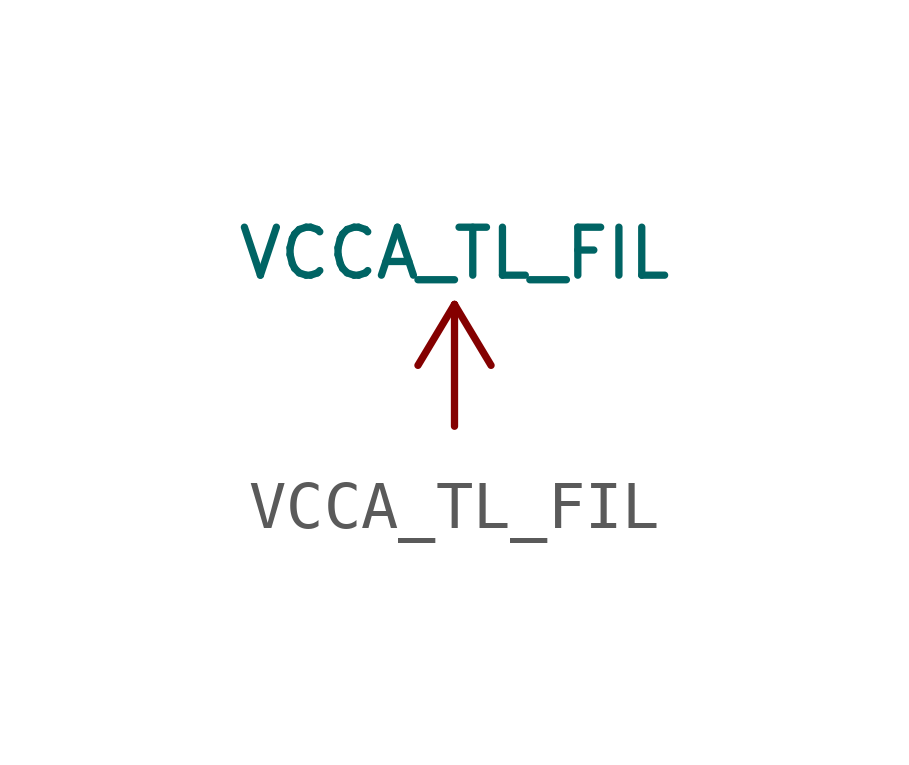
<source format=kicad_sym>
(kicad_symbol_lib
  (version 20241209)
  (generator "kicad_symbol_editor")
  (generator_version "9.0")
  (symbol "VCCA_TL_FIL"
    (power)
    (pin_names
      (offset 0))
    (property "Reference" "#PWR?"
      (at 0 -3.81 0)
      (effects (font (size 1.27 1.27)) (hide yes)))
    (property "Value" "VCCA_TL_FIL"
      (at 0 3.605 0)
      (effects (font (size 1 1))))
    (symbol "VCCA_TL_FIL_0_1"
      (polyline (pts (xy -0.762 1.27) (xy 0 2.54)) (stroke (width 0) (type default)) (fill (type none)))
      (polyline (pts (xy 0 2.54) (xy 0.762 1.27)) (stroke (width 0) (type default)) (fill (type none)))
      (polyline (pts (xy 0 0) (xy 0 2.54)) (stroke (width 0) (type default)) (fill (type none))))
    (symbol "VCCA_TL_FIL_1_1"
      (pin power_in line (at 0 0 90) (length 0) (hide yes) (name "VCCA_TL_FIL" (effects (font (size 1.27 1.27)))) (number "1" (effects (font (size 1.27 1.27))))))))
</source>
